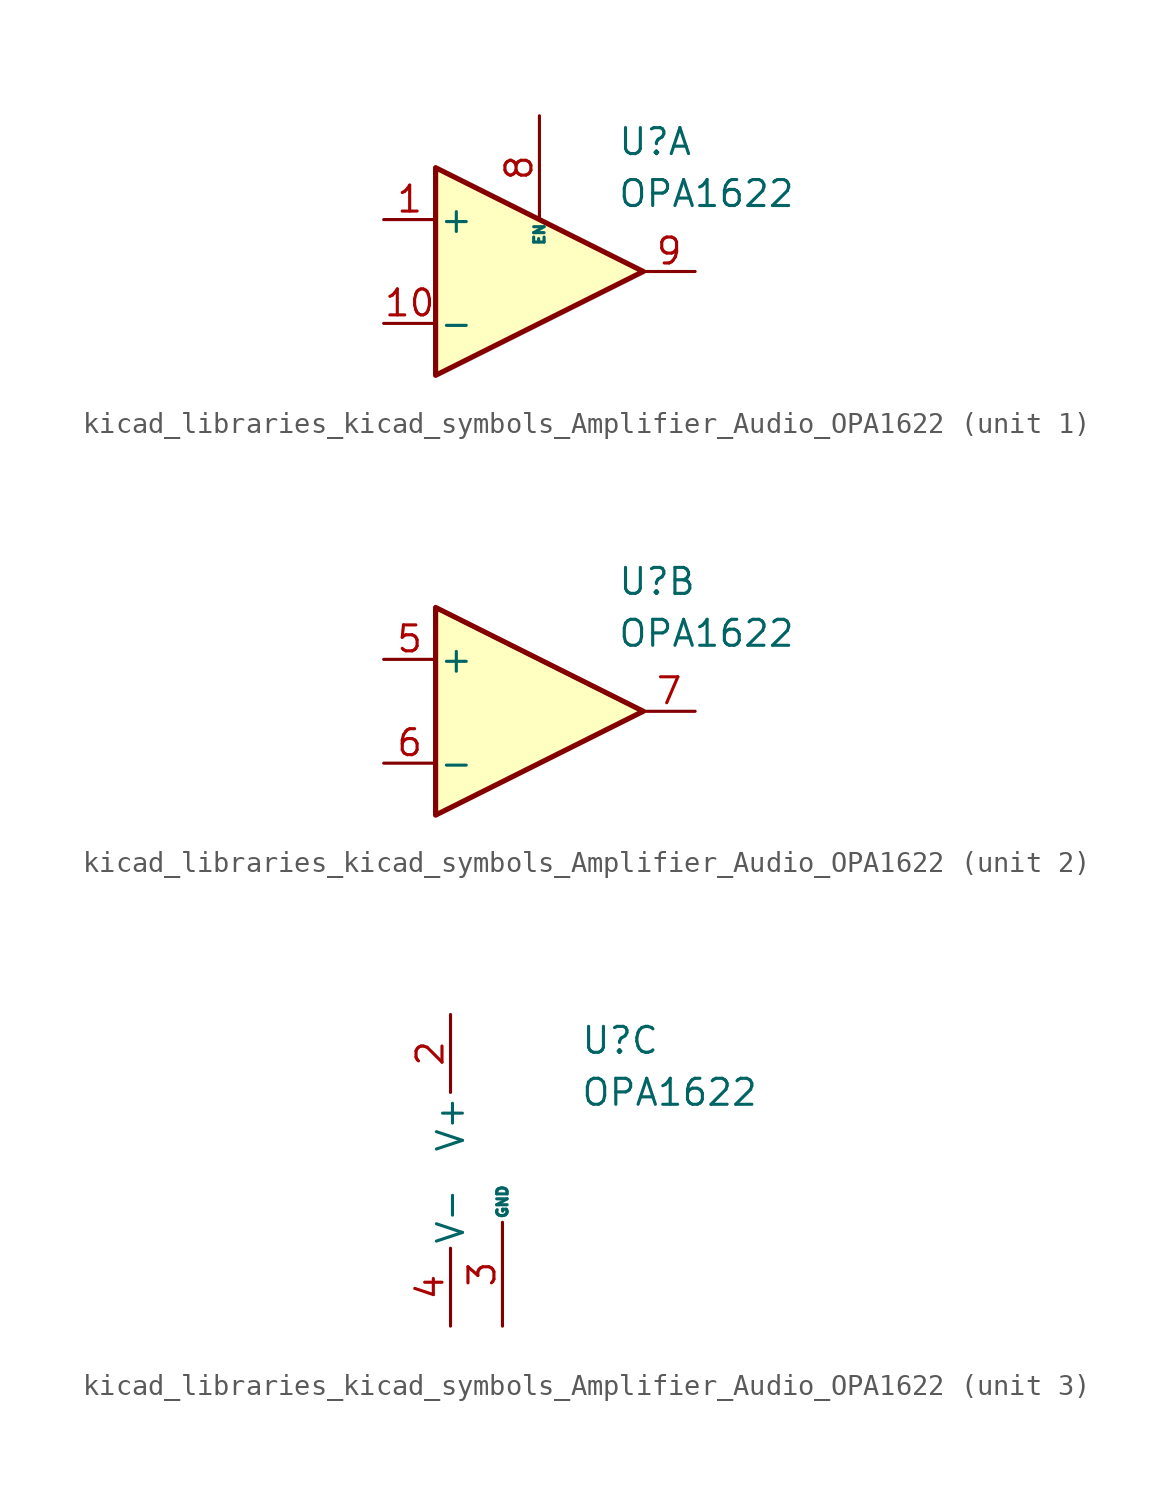
<source format=kicad_sym>
(kicad_symbol_lib
  (version 20220914)
  (generator kicad_symbol_editor)
  (symbol "kicad_libraries_kicad_symbols_Amplifier_Audio_OPA1622"
    (pin_names
      (offset 0.127))
    (property "Reference" "U"
      (at 3.81 6.35 0)
      (effects (font (size 1.27 1.27)) (justify left)))
    (property "Value" "OPA1622"
      (at 3.81 3.81 0)
      (effects (font (size 1.27 1.27)) (justify left)))
    (property "ki_locked" ""
      (at 0 0 0)
      (effects (font (size 1.27 1.27))))
    (symbol "kicad_libraries_kicad_symbols_Amplifier_Audio_OPA1622_1_1"
      (polyline (pts (xy -5.08 5.08) (xy 5.08 0) (xy -5.08 -5.08) (xy -5.08 5.08) (xy -5.08 5.08)) (stroke (width 0.254) (type default)) (fill (type background)))
      (pin input line (at -7.62 2.54 0) (length 2.54) (name "+" (effects (font (size 1.27 1.27)))) (number "1" (effects (font (size 1.27 1.27)))))
      (pin input line (at -7.62 -2.54 0) (length 2.54) (name "-" (effects (font (size 1.27 1.27)))) (number "10" (effects (font (size 1.27 1.27)))))
      (pin input line (at 0 7.62 270) (length 5.08) (name "EN" (effects (font (size 0.508 0.508)))) (number "8" (effects (font (size 1.27 1.27)))))
      (pin output line (at 7.62 0 180) (length 2.54) (name "~" (effects (font (size 1.27 1.27)))) (number "9" (effects (font (size 1.27 1.27))))))
    (symbol "kicad_libraries_kicad_symbols_Amplifier_Audio_OPA1622_2_1"
      (polyline (pts (xy -5.08 5.08) (xy 5.08 0) (xy -5.08 -5.08) (xy -5.08 5.08) (xy -5.08 5.08)) (stroke (width 0.254) (type default)) (fill (type background)))
      (pin input line (at -7.62 2.54 0) (length 2.54) (name "+" (effects (font (size 1.27 1.27)))) (number "5" (effects (font (size 1.27 1.27)))))
      (pin input line (at -7.62 -2.54 0) (length 2.54) (name "-" (effects (font (size 1.27 1.27)))) (number "6" (effects (font (size 1.27 1.27)))))
      (pin output line (at 7.62 0 180) (length 2.54) (name "~" (effects (font (size 1.27 1.27)))) (number "7" (effects (font (size 1.27 1.27))))))
    (symbol "kicad_libraries_kicad_symbols_Amplifier_Audio_OPA1622_3_1"
      (pin passive line (at -2.54 -7.62 90) (length 3.81) hide (name "V-" (effects (font (size 1.27 1.27)))) (number "11" (effects (font (size 1.27 1.27)))))
      (pin power_in line (at -2.54 7.62 270) (length 3.81) (name "V+" (effects (font (size 1.27 1.27)))) (number "2" (effects (font (size 1.27 1.27)))))
      (pin power_in line (at 0 -7.62 90) (length 5.08) (name "GND" (effects (font (size 0.508 0.508)))) (number "3" (effects (font (size 1.27 1.27)))))
      (pin power_in line (at -2.54 -7.62 90) (length 3.81) (name "V-" (effects (font (size 1.27 1.27)))) (number "4" (effects (font (size 1.27 1.27))))))))
</source>
